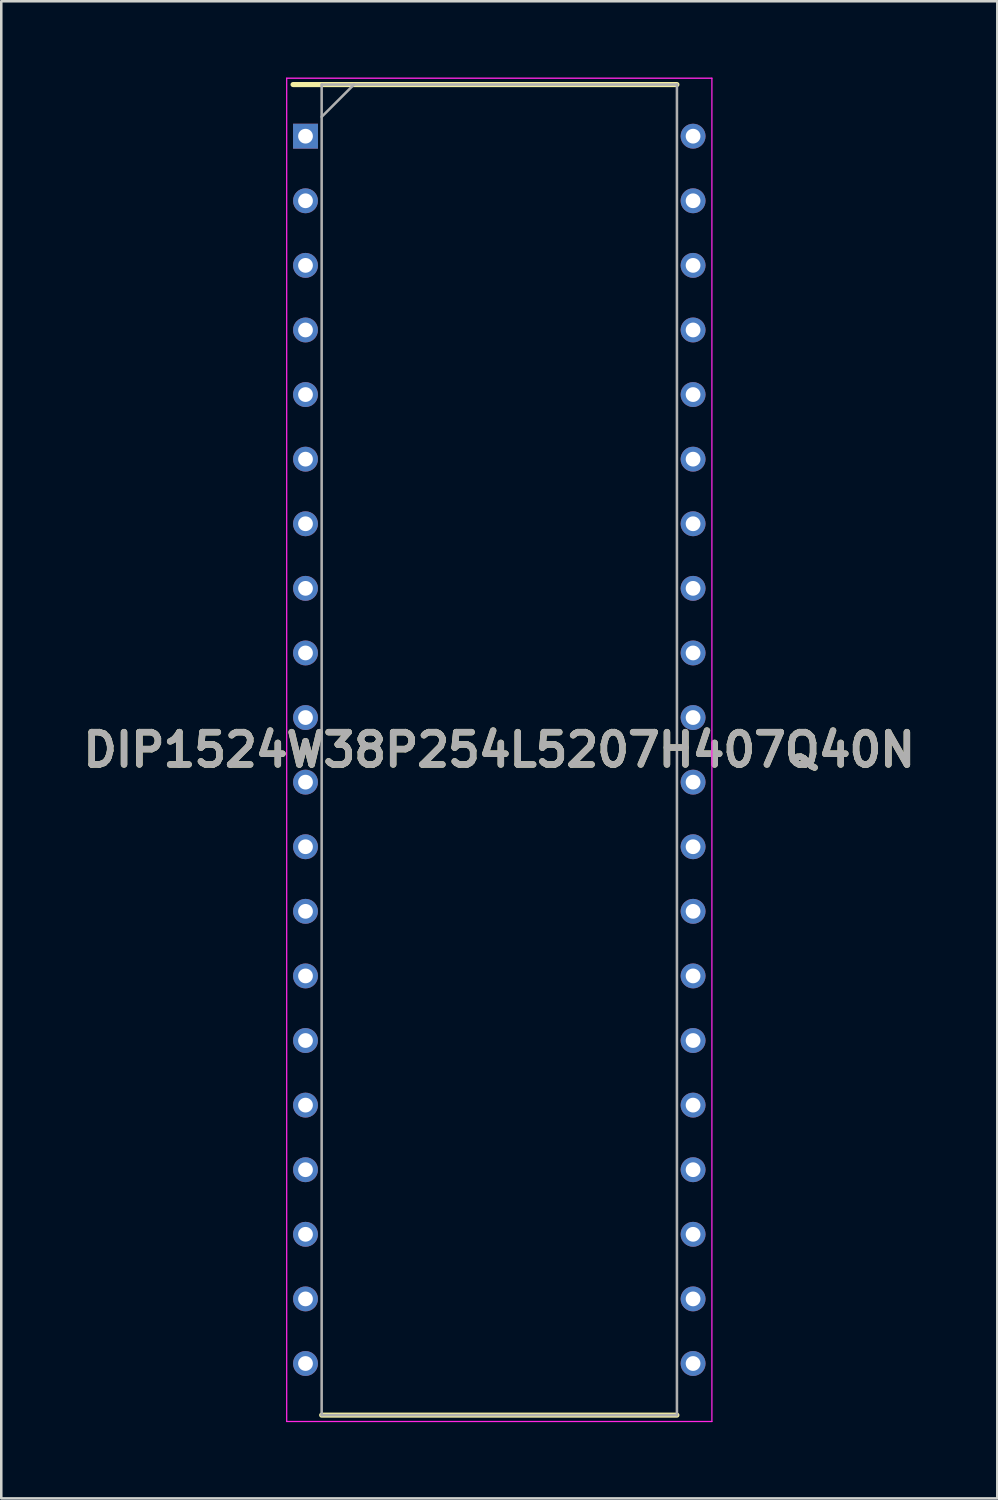
<source format=kicad_pcb>
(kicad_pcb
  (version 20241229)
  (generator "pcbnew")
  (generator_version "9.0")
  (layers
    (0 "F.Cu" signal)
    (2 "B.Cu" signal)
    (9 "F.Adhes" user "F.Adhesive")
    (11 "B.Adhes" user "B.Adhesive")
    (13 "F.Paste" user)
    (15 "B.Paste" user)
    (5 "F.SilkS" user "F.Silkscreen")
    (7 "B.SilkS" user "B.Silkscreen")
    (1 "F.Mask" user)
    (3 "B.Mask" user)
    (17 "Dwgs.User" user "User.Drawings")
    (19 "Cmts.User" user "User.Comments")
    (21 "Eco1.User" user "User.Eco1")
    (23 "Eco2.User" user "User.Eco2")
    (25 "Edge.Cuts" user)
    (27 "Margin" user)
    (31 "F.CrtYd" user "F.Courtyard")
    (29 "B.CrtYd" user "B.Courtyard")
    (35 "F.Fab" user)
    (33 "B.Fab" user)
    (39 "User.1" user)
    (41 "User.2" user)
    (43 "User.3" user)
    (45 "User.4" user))
  (footprint "DIP1524W38P254L5207H407Q40N"
    (layer "F.Cu")
    (at 16.583 26.435)
    (property "Reference" "DIP1524W38P254L5207H407Q40N" (at 0 0 0) (layer "F.SilkS") (effects (font (size 1.27 1.27) (thickness 0.254))))
    (attr through_hole)
    (fp_line (start -8.11 -26.16) (end 6.985 -26.16) (stroke (width 0.2) (type solid)) (layer "F.SilkS"))
    (fp_line (start -6.985 26.16) (end 6.985 26.16) (stroke (width 0.2) (type solid)) (layer "F.SilkS"))
    (fp_line (start -8.36 -26.41) (end 8.36 -26.41) (stroke (width 0.05) (type solid)) (layer "F.CrtYd"))
    (fp_line (start -8.36 26.41) (end -8.36 -26.41) (stroke (width 0.05) (type solid)) (layer "F.CrtYd"))
    (fp_line (start 8.36 -26.41) (end 8.36 26.41) (stroke (width 0.05) (type solid)) (layer "F.CrtYd"))
    (fp_line (start 8.36 26.41) (end -8.36 26.41) (stroke (width 0.05) (type solid)) (layer "F.CrtYd"))
    (fp_line (start -6.985 -26.16) (end 6.985 -26.16) (stroke (width 0.1) (type solid)) (layer "F.Fab"))
    (fp_line (start -6.985 -24.89) (end -5.715 -26.16) (stroke (width 0.1) (type solid)) (layer "F.Fab"))
    (fp_line (start -6.985 26.16) (end -6.985 -26.16) (stroke (width 0.1) (type solid)) (layer "F.Fab"))
    (fp_line (start 6.985 -26.16) (end 6.985 26.16) (stroke (width 0.1) (type solid)) (layer "F.Fab"))
    (fp_line (start 6.985 26.16) (end -6.985 26.16) (stroke (width 0.1) (type solid)) (layer "F.Fab"))
    (fp_text user "${REFERENCE}" (at 0 0 0) (layer "F.Fab") (effects (font (size 1.27 1.27) (thickness 0.254))))
    (pad "1" thru_hole rect (at -7.62 -24.13) (size 0.98 0.98) (drill 0.58) (layers "*.Cu" "*.Mask"))
    (pad "2" thru_hole circle (at -7.62 -21.59) (size 0.98 0.98) (drill 0.58) (layers "*.Cu" "*.Mask"))
    (pad "3" thru_hole circle (at -7.62 -19.05) (size 0.98 0.98) (drill 0.58) (layers "*.Cu" "*.Mask"))
    (pad "4" thru_hole circle (at -7.62 -16.51) (size 0.98 0.98) (drill 0.58) (layers "*.Cu" "*.Mask"))
    (pad "5" thru_hole circle (at -7.62 -13.97) (size 0.98 0.98) (drill 0.58) (layers "*.Cu" "*.Mask"))
    (pad "6" thru_hole circle (at -7.62 -11.43) (size 0.98 0.98) (drill 0.58) (layers "*.Cu" "*.Mask"))
    (pad "7" thru_hole circle (at -7.62 -8.89) (size 0.98 0.98) (drill 0.58) (layers "*.Cu" "*.Mask"))
    (pad "8" thru_hole circle (at -7.62 -6.35) (size 0.98 0.98) (drill 0.58) (layers "*.Cu" "*.Mask"))
    (pad "9" thru_hole circle (at -7.62 -3.81) (size 0.98 0.98) (drill 0.58) (layers "*.Cu" "*.Mask"))
    (pad "10" thru_hole circle (at -7.62 -1.27) (size 0.98 0.98) (drill 0.58) (layers "*.Cu" "*.Mask"))
    (pad "11" thru_hole circle (at -7.62 1.27) (size 0.98 0.98) (drill 0.58) (layers "*.Cu" "*.Mask"))
    (pad "12" thru_hole circle (at -7.62 3.81) (size 0.98 0.98) (drill 0.58) (layers "*.Cu" "*.Mask"))
    (pad "13" thru_hole circle (at -7.62 6.35) (size 0.98 0.98) (drill 0.58) (layers "*.Cu" "*.Mask"))
    (pad "14" thru_hole circle (at -7.62 8.89) (size 0.98 0.98) (drill 0.58) (layers "*.Cu" "*.Mask"))
    (pad "15" thru_hole circle (at -7.62 11.43) (size 0.98 0.98) (drill 0.58) (layers "*.Cu" "*.Mask"))
    (pad "16" thru_hole circle (at -7.62 13.97) (size 0.98 0.98) (drill 0.58) (layers "*.Cu" "*.Mask"))
    (pad "17" thru_hole circle (at -7.62 16.51) (size 0.98 0.98) (drill 0.58) (layers "*.Cu" "*.Mask"))
    (pad "18" thru_hole circle (at -7.62 19.05) (size 0.98 0.98) (drill 0.58) (layers "*.Cu" "*.Mask"))
    (pad "19" thru_hole circle (at -7.62 21.59) (size 0.98 0.98) (drill 0.58) (layers "*.Cu" "*.Mask"))
    (pad "20" thru_hole circle (at -7.62 24.13) (size 0.98 0.98) (drill 0.58) (layers "*.Cu" "*.Mask"))
    (pad "21" thru_hole circle (at 7.62 24.13) (size 0.98 0.98) (drill 0.58) (layers "*.Cu" "*.Mask"))
    (pad "22" thru_hole circle (at 7.62 21.59) (size 0.98 0.98) (drill 0.58) (layers "*.Cu" "*.Mask"))
    (pad "23" thru_hole circle (at 7.62 19.05) (size 0.98 0.98) (drill 0.58) (layers "*.Cu" "*.Mask"))
    (pad "24" thru_hole circle (at 7.62 16.51) (size 0.98 0.98) (drill 0.58) (layers "*.Cu" "*.Mask"))
    (pad "25" thru_hole circle (at 7.62 13.97) (size 0.98 0.98) (drill 0.58) (layers "*.Cu" "*.Mask"))
    (pad "26" thru_hole circle (at 7.62 11.43) (size 0.98 0.98) (drill 0.58) (layers "*.Cu" "*.Mask"))
    (pad "27" thru_hole circle (at 7.62 8.89) (size 0.98 0.98) (drill 0.58) (layers "*.Cu" "*.Mask"))
    (pad "28" thru_hole circle (at 7.62 6.35) (size 0.98 0.98) (drill 0.58) (layers "*.Cu" "*.Mask"))
    (pad "29" thru_hole circle (at 7.62 3.81) (size 0.98 0.98) (drill 0.58) (layers "*.Cu" "*.Mask"))
    (pad "30" thru_hole circle (at 7.62 1.27) (size 0.98 0.98) (drill 0.58) (layers "*.Cu" "*.Mask"))
    (pad "31" thru_hole circle (at 7.62 -1.27) (size 0.98 0.98) (drill 0.58) (layers "*.Cu" "*.Mask"))
    (pad "32" thru_hole circle (at 7.62 -3.81) (size 0.98 0.98) (drill 0.58) (layers "*.Cu" "*.Mask"))
    (pad "33" thru_hole circle (at 7.62 -6.35) (size 0.98 0.98) (drill 0.58) (layers "*.Cu" "*.Mask"))
    (pad "34" thru_hole circle (at 7.62 -8.89) (size 0.98 0.98) (drill 0.58) (layers "*.Cu" "*.Mask"))
    (pad "35" thru_hole circle (at 7.62 -11.43) (size 0.98 0.98) (drill 0.58) (layers "*.Cu" "*.Mask"))
    (pad "36" thru_hole circle (at 7.62 -13.97) (size 0.98 0.98) (drill 0.58) (layers "*.Cu" "*.Mask"))
    (pad "37" thru_hole circle (at 7.62 -16.51) (size 0.98 0.98) (drill 0.58) (layers "*.Cu" "*.Mask"))
    (pad "38" thru_hole circle (at 7.62 -19.05) (size 0.98 0.98) (drill 0.58) (layers "*.Cu" "*.Mask"))
    (pad "39" thru_hole circle (at 7.62 -21.59) (size 0.98 0.98) (drill 0.58) (layers "*.Cu" "*.Mask"))
    (pad "40" thru_hole circle (at 7.62 -24.13) (size 0.98 0.98) (drill 0.58) (layers "*.Cu" "*.Mask")))
  (gr_rect
    (start -3 -3)
    (end 36.165 55.87)
    (stroke (width 0.1) (type default))
    (fill no)
    (layer "Edge.Cuts")))
</source>
